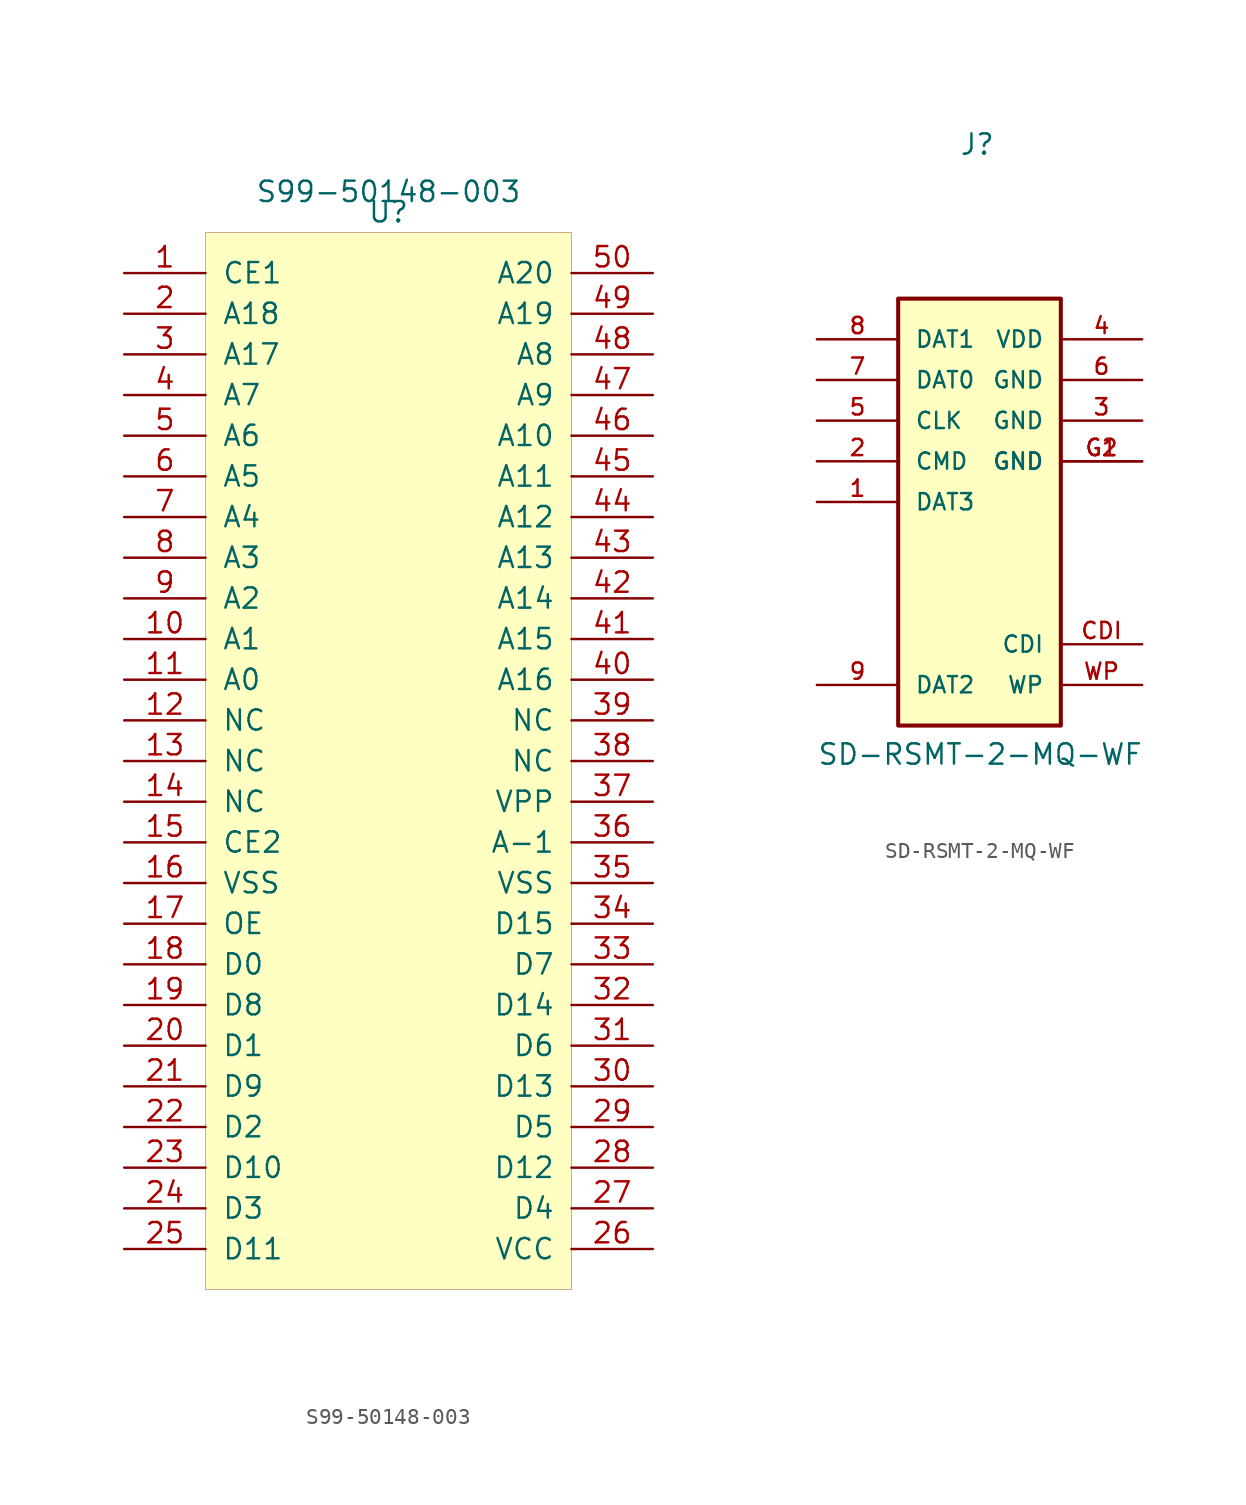
<source format=kicad_sym>
(kicad_symbol_lib
  (version 20220914)
  (generator kicad_symbol_editor)
  (symbol "S99-50148-003"
    (pin_names
      (offset 1.016))
    (property "Reference" "U"
      (at 16.51 3.81 0)
      (effects (font (size 1.27 1.27))))
    (property "Value" "S99-50148-003"
      (at 16.51 5.08 0)
      (effects (font (size 1.27 1.27))))
    (symbol "S99-50148-003_0_0"
      (pin passive line (at 0 0 0) (length 5.08) (name "CE1" (effects (font (size 1.27 1.27)))) (number "1" (effects (font (size 1.27 1.27)))))
      (pin passive line (at 0 -22.86 0) (length 5.08) (name "A1" (effects (font (size 1.27 1.27)))) (number "10" (effects (font (size 1.27 1.27)))))
      (pin passive line (at 0 -25.4 0) (length 5.08) (name "A0" (effects (font (size 1.27 1.27)))) (number "11" (effects (font (size 1.27 1.27)))))
      (pin passive line (at 0 -27.94 0) (length 5.08) (name "NC" (effects (font (size 1.27 1.27)))) (number "12" (effects (font (size 1.27 1.27)))))
      (pin passive line (at 0 -30.48 0) (length 5.08) (name "NC" (effects (font (size 1.27 1.27)))) (number "13" (effects (font (size 1.27 1.27)))))
      (pin passive line (at 0 -33.02 0) (length 5.08) (name "NC" (effects (font (size 1.27 1.27)))) (number "14" (effects (font (size 1.27 1.27)))))
      (pin passive line (at 0 -35.56 0) (length 5.08) (name "CE2" (effects (font (size 1.27 1.27)))) (number "15" (effects (font (size 1.27 1.27)))))
      (pin passive line (at 0 -38.1 0) (length 5.08) (name "VSS" (effects (font (size 1.27 1.27)))) (number "16" (effects (font (size 1.27 1.27)))))
      (pin passive line (at 0 -40.64 0) (length 5.08) (name "OE" (effects (font (size 1.27 1.27)))) (number "17" (effects (font (size 1.27 1.27)))))
      (pin passive line (at 0 -43.18 0) (length 5.08) (name "D0" (effects (font (size 1.27 1.27)))) (number "18" (effects (font (size 1.27 1.27)))))
      (pin passive line (at 0 -45.72 0) (length 5.08) (name "D8" (effects (font (size 1.27 1.27)))) (number "19" (effects (font (size 1.27 1.27)))))
      (pin passive line (at 0 -2.54 0) (length 5.08) (name "A18" (effects (font (size 1.27 1.27)))) (number "2" (effects (font (size 1.27 1.27)))))
      (pin passive line (at 0 -48.26 0) (length 5.08) (name "D1" (effects (font (size 1.27 1.27)))) (number "20" (effects (font (size 1.27 1.27)))))
      (pin passive line (at 0 -50.8 0) (length 5.08) (name "D9" (effects (font (size 1.27 1.27)))) (number "21" (effects (font (size 1.27 1.27)))))
      (pin passive line (at 0 -53.34 0) (length 5.08) (name "D2" (effects (font (size 1.27 1.27)))) (number "22" (effects (font (size 1.27 1.27)))))
      (pin passive line (at 0 -55.88 0) (length 5.08) (name "D10" (effects (font (size 1.27 1.27)))) (number "23" (effects (font (size 1.27 1.27)))))
      (pin passive line (at 0 -58.42 0) (length 5.08) (name "D3" (effects (font (size 1.27 1.27)))) (number "24" (effects (font (size 1.27 1.27)))))
      (pin passive line (at 0 -60.96 0) (length 5.08) (name "D11" (effects (font (size 1.27 1.27)))) (number "25" (effects (font (size 1.27 1.27)))))
      (pin passive line (at 33.02 -60.96 180) (length 5.08) (name "VCC" (effects (font (size 1.27 1.27)))) (number "26" (effects (font (size 1.27 1.27)))))
      (pin passive line (at 33.02 -58.42 180) (length 5.08) (name "D4" (effects (font (size 1.27 1.27)))) (number "27" (effects (font (size 1.27 1.27)))))
      (pin passive line (at 33.02 -55.88 180) (length 5.08) (name "D12" (effects (font (size 1.27 1.27)))) (number "28" (effects (font (size 1.27 1.27)))))
      (pin passive line (at 33.02 -53.34 180) (length 5.08) (name "D5" (effects (font (size 1.27 1.27)))) (number "29" (effects (font (size 1.27 1.27)))))
      (pin passive line (at 0 -5.08 0) (length 5.08) (name "A17" (effects (font (size 1.27 1.27)))) (number "3" (effects (font (size 1.27 1.27)))))
      (pin passive line (at 33.02 -50.8 180) (length 5.08) (name "D13" (effects (font (size 1.27 1.27)))) (number "30" (effects (font (size 1.27 1.27)))))
      (pin passive line (at 33.02 -48.26 180) (length 5.08) (name "D6" (effects (font (size 1.27 1.27)))) (number "31" (effects (font (size 1.27 1.27)))))
      (pin passive line (at 33.02 -45.72 180) (length 5.08) (name "D14" (effects (font (size 1.27 1.27)))) (number "32" (effects (font (size 1.27 1.27)))))
      (pin passive line (at 33.02 -43.18 180) (length 5.08) (name "D7" (effects (font (size 1.27 1.27)))) (number "33" (effects (font (size 1.27 1.27)))))
      (pin passive line (at 33.02 -40.64 180) (length 5.08) (name "D15" (effects (font (size 1.27 1.27)))) (number "34" (effects (font (size 1.27 1.27)))))
      (pin passive line (at 33.02 -38.1 180) (length 5.08) (name "VSS" (effects (font (size 1.27 1.27)))) (number "35" (effects (font (size 1.27 1.27)))))
      (pin passive line (at 33.02 -35.56 180) (length 5.08) (name "A-1" (effects (font (size 1.27 1.27)))) (number "36" (effects (font (size 1.27 1.27)))))
      (pin passive line (at 33.02 -33.02 180) (length 5.08) (name "VPP" (effects (font (size 1.27 1.27)))) (number "37" (effects (font (size 1.27 1.27)))))
      (pin passive line (at 33.02 -30.48 180) (length 5.08) (name "NC" (effects (font (size 1.27 1.27)))) (number "38" (effects (font (size 1.27 1.27)))))
      (pin passive line (at 33.02 -27.94 180) (length 5.08) (name "NC" (effects (font (size 1.27 1.27)))) (number "39" (effects (font (size 1.27 1.27)))))
      (pin passive line (at 0 -7.62 0) (length 5.08) (name "A7" (effects (font (size 1.27 1.27)))) (number "4" (effects (font (size 1.27 1.27)))))
      (pin passive line (at 33.02 -25.4 180) (length 5.08) (name "A16" (effects (font (size 1.27 1.27)))) (number "40" (effects (font (size 1.27 1.27)))))
      (pin passive line (at 33.02 -22.86 180) (length 5.08) (name "A15" (effects (font (size 1.27 1.27)))) (number "41" (effects (font (size 1.27 1.27)))))
      (pin passive line (at 33.02 -20.32 180) (length 5.08) (name "A14" (effects (font (size 1.27 1.27)))) (number "42" (effects (font (size 1.27 1.27)))))
      (pin passive line (at 33.02 -17.78 180) (length 5.08) (name "A13" (effects (font (size 1.27 1.27)))) (number "43" (effects (font (size 1.27 1.27)))))
      (pin passive line (at 33.02 -15.24 180) (length 5.08) (name "A12" (effects (font (size 1.27 1.27)))) (number "44" (effects (font (size 1.27 1.27)))))
      (pin passive line (at 33.02 -12.7 180) (length 5.08) (name "A11" (effects (font (size 1.27 1.27)))) (number "45" (effects (font (size 1.27 1.27)))))
      (pin passive line (at 33.02 -10.16 180) (length 5.08) (name "A10" (effects (font (size 1.27 1.27)))) (number "46" (effects (font (size 1.27 1.27)))))
      (pin passive line (at 33.02 -7.62 180) (length 5.08) (name "A9" (effects (font (size 1.27 1.27)))) (number "47" (effects (font (size 1.27 1.27)))))
      (pin passive line (at 33.02 -5.08 180) (length 5.08) (name "A8" (effects (font (size 1.27 1.27)))) (number "48" (effects (font (size 1.27 1.27)))))
      (pin passive line (at 33.02 -2.54 180) (length 5.08) (name "A19" (effects (font (size 1.27 1.27)))) (number "49" (effects (font (size 1.27 1.27)))))
      (pin passive line (at 0 -10.16 0) (length 5.08) (name "A6" (effects (font (size 1.27 1.27)))) (number "5" (effects (font (size 1.27 1.27)))))
      (pin passive line (at 33.02 0 180) (length 5.08) (name "A20" (effects (font (size 1.27 1.27)))) (number "50" (effects (font (size 1.27 1.27)))))
      (pin passive line (at 0 -12.7 0) (length 5.08) (name "A5" (effects (font (size 1.27 1.27)))) (number "6" (effects (font (size 1.27 1.27)))))
      (pin passive line (at 0 -15.24 0) (length 5.08) (name "A4" (effects (font (size 1.27 1.27)))) (number "7" (effects (font (size 1.27 1.27)))))
      (pin passive line (at 0 -17.78 0) (length 5.08) (name "A3" (effects (font (size 1.27 1.27)))) (number "8" (effects (font (size 1.27 1.27)))))
      (pin passive line (at 0 -20.32 0) (length 5.08) (name "A2" (effects (font (size 1.27 1.27)))) (number "9" (effects (font (size 1.27 1.27))))))
    (symbol "S99-50148-003_0_1"
      (rectangle (start 5.08 2.54) (end 27.94 -63.5) (stroke (width 0.001) (type default)) (fill (type background)))))
  (symbol "SD-RSMT-2-MQ-WF"
    (pin_names
      (offset 1.016))
    (property "Reference" "J"
      (at -1.27 11.43 0)
      (effects (font (size 1.27 1.27)) (justify left bottom)))
    (property "Value" "SD-RSMT-2-MQ-WF"
      (at -10.16 -26.67 0)
      (effects (font (size 1.27 1.27)) (justify left bottom)))
    (symbol "SD-RSMT-2-MQ-WF_0_0"
      (rectangle (start -5.08 2.54) (end 5.08 -24.13) (stroke (width 0.254) (type default)) (fill (type background)))
      (pin passive line (at -10.16 -10.16 0) (length 5.08) (name "DAT3" (effects (font (size 1.016 1.016)))) (number "1" (effects (font (size 1.016 1.016)))))
      (pin passive line (at -10.16 -7.62 0) (length 5.08) (name "CMD" (effects (font (size 1.016 1.016)))) (number "2" (effects (font (size 1.016 1.016)))))
      (pin passive line (at 10.16 -5.08 180) (length 5.08) (name "GND" (effects (font (size 1.016 1.016)))) (number "3" (effects (font (size 1.016 1.016)))))
      (pin passive line (at 10.16 0 180) (length 5.08) (name "VDD" (effects (font (size 1.016 1.016)))) (number "4" (effects (font (size 1.016 1.016)))))
      (pin passive line (at -10.16 -5.08 0) (length 5.08) (name "CLK" (effects (font (size 1.016 1.016)))) (number "5" (effects (font (size 1.016 1.016)))))
      (pin passive line (at 10.16 -2.54 180) (length 5.08) (name "GND" (effects (font (size 1.016 1.016)))) (number "6" (effects (font (size 1.016 1.016)))))
      (pin passive line (at -10.16 -2.54 0) (length 5.08) (name "DAT0" (effects (font (size 1.016 1.016)))) (number "7" (effects (font (size 1.016 1.016)))))
      (pin passive line (at -10.16 0 0) (length 5.08) (name "DAT1" (effects (font (size 1.016 1.016)))) (number "8" (effects (font (size 1.016 1.016)))))
      (pin passive line (at -10.16 -21.59 0) (length 5.08) (name "DAT2" (effects (font (size 1.016 1.016)))) (number "9" (effects (font (size 1.016 1.016)))))
      (pin input line (at 10.16 -19.05 180) (length 5.08) (name "CDI" (effects (font (size 1.016 1.016)))) (number "CDI" (effects (font (size 1.016 1.016)))))
      (pin power_in line (at 10.16 -7.62 180) (length 5.08) (name "GND" (effects (font (size 1.016 1.016)))) (number "G1" (effects (font (size 1.016 1.016)))))
      (pin power_in line (at 10.16 -7.62 180) (length 5.08) (name "GND" (effects (font (size 1.016 1.016)))) (number "G2" (effects (font (size 1.016 1.016)))))
      (pin input line (at 10.16 -21.59 180) (length 5.08) (name "WP" (effects (font (size 1.016 1.016)))) (number "WP" (effects (font (size 1.016 1.016))))))))
</source>
